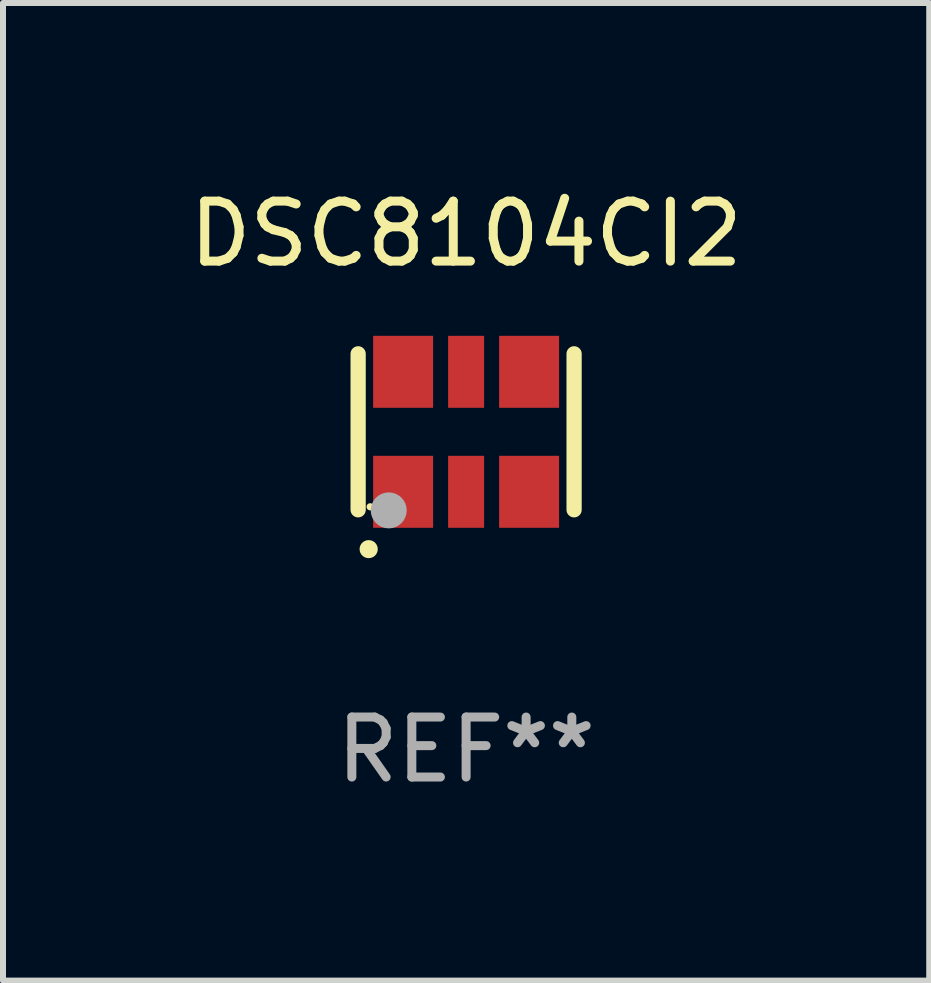
<source format=kicad_pcb>
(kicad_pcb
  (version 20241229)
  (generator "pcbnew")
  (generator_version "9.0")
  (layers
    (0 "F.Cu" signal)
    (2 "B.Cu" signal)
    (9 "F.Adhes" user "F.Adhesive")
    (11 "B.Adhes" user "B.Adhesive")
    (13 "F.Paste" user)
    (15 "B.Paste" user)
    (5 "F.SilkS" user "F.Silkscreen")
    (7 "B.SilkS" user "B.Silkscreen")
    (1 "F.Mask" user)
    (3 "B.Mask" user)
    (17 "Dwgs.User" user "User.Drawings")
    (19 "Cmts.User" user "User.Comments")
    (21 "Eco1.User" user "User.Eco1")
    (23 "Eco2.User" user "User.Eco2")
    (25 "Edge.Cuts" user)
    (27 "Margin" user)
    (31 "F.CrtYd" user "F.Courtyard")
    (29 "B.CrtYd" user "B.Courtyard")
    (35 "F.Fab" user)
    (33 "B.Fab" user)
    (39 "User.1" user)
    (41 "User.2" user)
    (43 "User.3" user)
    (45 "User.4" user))
  (footprint "DSC8104CI2"
    (layer "F.Cu")
    (at 4.72 4.148)
    (property "Reference" "DSC8104CI2" (at 0 -3.3 0) (layer "F.SilkS") (effects (font (size 1 1) (thickness 0.15))))
    (attr through_hole)
    (fp_line (start -1.8 -1.3) (end -1.8 1.3) (stroke (width 0.254) (type solid)) (layer "F.SilkS"))
    (fp_line (start 1.8 -1.3) (end 1.8 1.3) (stroke (width 0.254) (type solid)) (layer "F.SilkS"))
    (fp_arc (start -1.625603 1.955804) (mid -1.624333 1.955799) (end -1.623063 1.955804) (stroke (width 0.3) (type solid)) (layer "F.SilkS"))
    (fp_circle (center -1.6 1.25) (end -1.57 1.25) (stroke (width 0.06) (type solid)) (fill no) (layer "F.SilkS"))
    (fp_circle (center -1.29 1.31) (end -1.14 1.31) (stroke (width 0.3) (type solid)) (fill no) (layer "F.Fab"))
    (fp_text user "REF**" (at 0 5.3 0) (layer "F.Fab") (effects (font (size 1 1) (thickness 0.15))))
    (pad "1" smd rect (at -1.05 1) (size 1 1.2) (layers "F.Cu" "F.Mask" "F.Paste"))
    (pad "2" smd rect (at 0 1) (size 0.6 1.2) (layers "F.Cu" "F.Mask" "F.Paste"))
    (pad "3" smd rect (at 1.05 1) (size 1 1.2) (layers "F.Cu" "F.Mask" "F.Paste"))
    (pad "4" smd rect (at 1.05 -1) (size 1 1.2) (layers "F.Cu" "F.Mask" "F.Paste"))
    (pad "5" smd rect (at 0 -1) (size 0.6 1.2) (layers "F.Cu" "F.Mask" "F.Paste"))
    (pad "6" smd rect (at -1.05 -1) (size 1 1.2) (layers "F.Cu" "F.Mask" "F.Paste")))
  (gr_rect
    (start -3 -3)
    (end 12.44 13.296)
    (stroke (width 0.1) (type default))
    (fill no)
    (layer "Edge.Cuts")))
</source>
